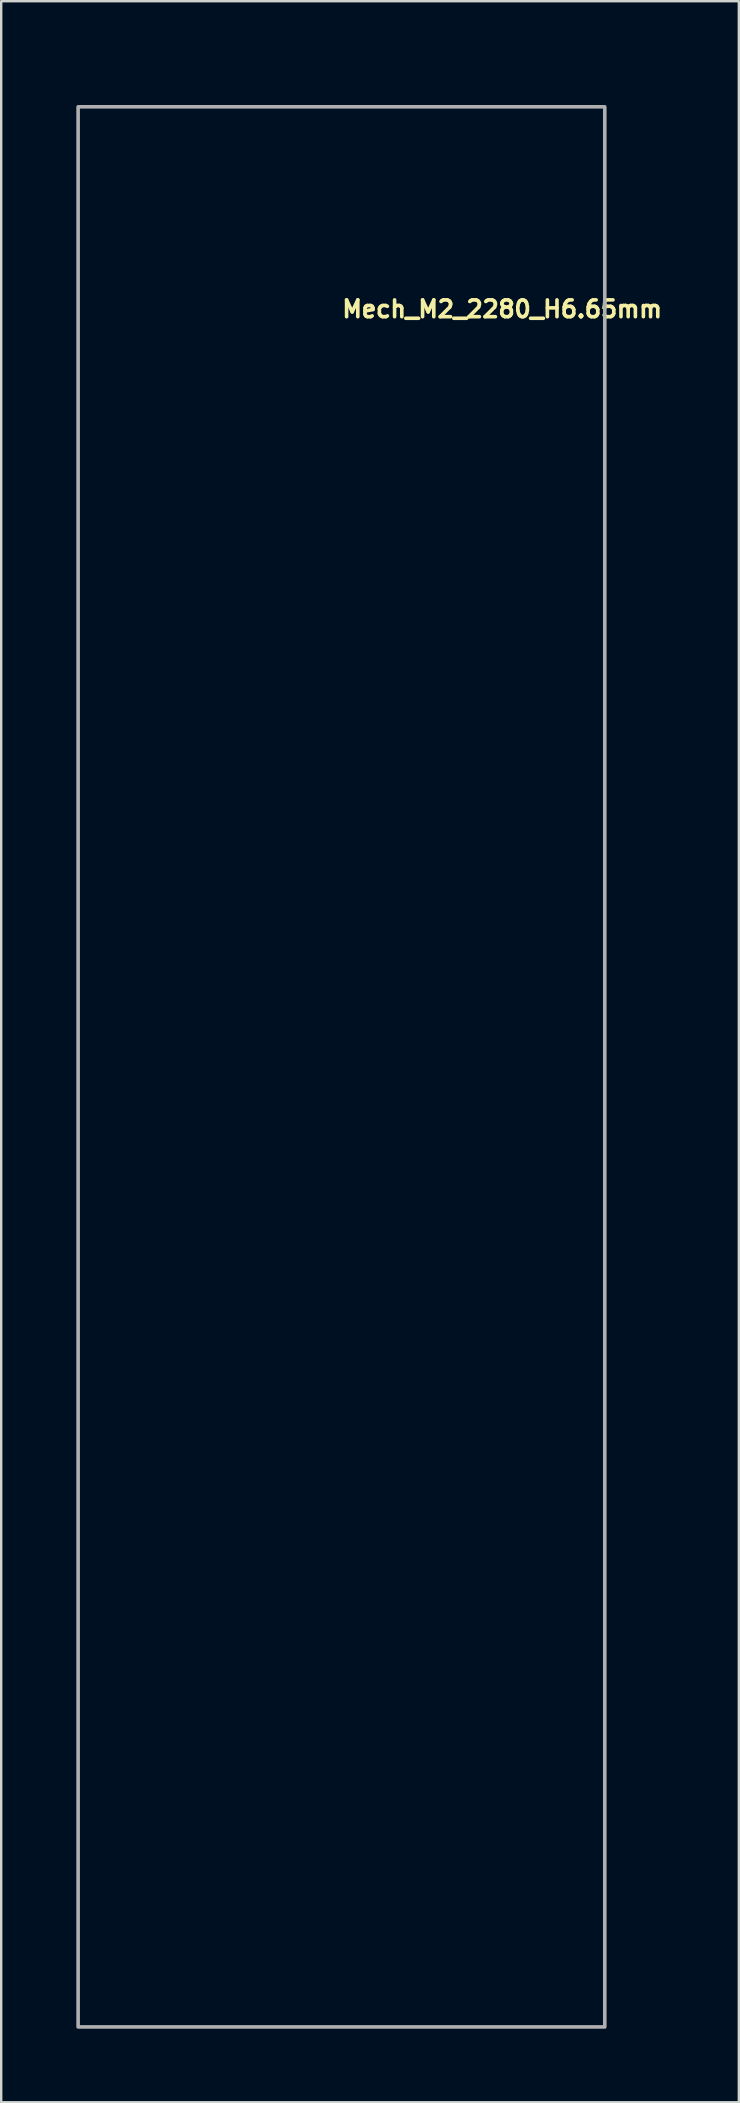
<source format=kicad_pcb>
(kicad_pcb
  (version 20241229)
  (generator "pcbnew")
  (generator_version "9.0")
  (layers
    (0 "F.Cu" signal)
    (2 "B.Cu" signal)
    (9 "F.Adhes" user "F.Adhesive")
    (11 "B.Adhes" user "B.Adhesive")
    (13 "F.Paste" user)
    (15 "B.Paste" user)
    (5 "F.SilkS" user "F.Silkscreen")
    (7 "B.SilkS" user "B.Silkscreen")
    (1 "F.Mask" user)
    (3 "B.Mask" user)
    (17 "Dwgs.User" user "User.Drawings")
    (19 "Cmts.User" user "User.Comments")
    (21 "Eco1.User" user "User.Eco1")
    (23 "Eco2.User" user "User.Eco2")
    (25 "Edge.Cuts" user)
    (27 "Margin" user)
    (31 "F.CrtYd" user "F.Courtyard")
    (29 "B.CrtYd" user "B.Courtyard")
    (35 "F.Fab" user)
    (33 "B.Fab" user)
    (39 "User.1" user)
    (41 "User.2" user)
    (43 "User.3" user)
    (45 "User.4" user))
  (footprint "Mech_M2_2280_H6.65mm"
    (layer "F.Cu")
    (at 11.127 1.35)
    (property "Reference" "Mech_M2_2280_H6.65mm" (at 0 8.89 180) (layer "F.SilkS") (effects (font (size 0.7 0.7) (thickness 0.15)) (justify left bottom)))
    (attr exclude_from_pos_files exclude_from_bom allow_missing_courtyard)
    (fp_line (start -11 0) (end -11 80.001) (stroke (width 0.2) (type solid)) (layer "Eco1.User"))
    (fp_line (start -11 80.001) (end 10.999 80.001) (stroke (width 0.2) (type solid)) (layer "Eco1.User"))
    (fp_line (start 10.999 0) (end -11 0) (stroke (width 0.2) (type solid)) (layer "Eco1.User"))
    (fp_line (start 10.999 80.001) (end 10.999 0) (stroke (width 0.2) (type solid)) (layer "Eco1.User"))
    (fp_circle (center 0 0) (end -1.25 0) (stroke (width 0.2) (type solid)) (fill no) (layer "Eco1.User"))
    (fp_rect (start -10.922 0.051) (end 11.024 80.061) (stroke (width 0.15) (type solid)) (fill no) (layer "F.Fab"))
    (fp_rect (start -11.077 0) (end 11.076 80.15) (stroke (width 0.1) (type solid)) (fill no) (layer "User.5"))
    (fp_rect (start -11.077 0) (end 11.076 80.15) (stroke (width 0.1) (type solid)) (fill no) (layer "User.5"))
    (fp_line (start -11.077 0) (end -11.077 6.296) (stroke (width 0.02) (type solid)) (layer "User.9"))
    (fp_line (start -11.077 6.296) (end -10.705 6.78) (stroke (width 0.02) (type solid)) (layer "User.9"))
    (fp_line (start -11.077 14.297) (end -11.077 67.087) (stroke (width 0.02) (type solid)) (layer "User.9"))
    (fp_line (start -11.077 74.41) (end -11.077 76.063) (stroke (width 0.02) (type solid)) (layer "User.9"))
    (fp_line (start -10.705 6.78) (end -10.705 13.781) (stroke (width 0.02) (type solid)) (layer "User.9"))
    (fp_line (start -10.705 13.781) (end -11.077 14.297) (stroke (width 0.02) (type solid)) (layer "User.9"))
    (fp_line (start -10.705 67.531) (end -11.077 67.087) (stroke (width 0.02) (type solid)) (layer "User.9"))
    (fp_line (start -10.705 67.531) (end -10.705 73.938) (stroke (width 0.02) (type solid)) (layer "User.9"))
    (fp_line (start -10.705 73.938) (end -11.077 74.41) (stroke (width 0.02) (type solid)) (layer "User.9"))
    (fp_line (start -10.276 29.629) (end -9.632 29.629) (stroke (width 0.02) (type solid)) (layer "User.9"))
    (fp_line (start -10.276 30.2) (end -10.276 29.629) (stroke (width 0.02) (type solid)) (layer "User.9"))
    (fp_line (start -10.269 76.078) (end -11.077 76.063) (stroke (width 0.02) (type solid)) (layer "User.9"))
    (fp_line (start -10.257 21.38) (end -9.789 21.38) (stroke (width 0.02) (type solid)) (layer "User.9"))
    (fp_line (start -10.257 21.931) (end -10.257 21.38) (stroke (width 0.02) (type solid)) (layer "User.9"))
    (fp_line (start -10.224 1.273) (end -10.212 1.173) (stroke (width 0.02) (type solid)) (layer "User.9"))
    (fp_line (start -10.224 1.274) (end -10.186 1.368) (stroke (width 0.02) (type solid)) (layer "User.9"))
    (fp_line (start -10.216 38.534) (end -10.216 38.963) (stroke (width 0.02) (type solid)) (layer "User.9"))
    (fp_line (start -10.216 38.963) (end -9.741 38.963) (stroke (width 0.02) (type solid)) (layer "User.9"))
    (fp_line (start -10.212 1.173) (end -10.186 1.112) (stroke (width 0.02) (type solid)) (layer "User.9"))
    (fp_line (start -10.212 23.658) (end -9.744 23.658) (stroke (width 0.02) (type solid)) (layer "User.9"))
    (fp_line (start -10.212 24.207) (end -10.212 23.658) (stroke (width 0.02) (type solid)) (layer "User.9"))
    (fp_line (start -10.186 1.112) (end -10.144 1.06) (stroke (width 0.02) (type solid)) (layer "User.9"))
    (fp_line (start -10.186 1.368) (end -10.144 1.423) (stroke (width 0.02) (type solid)) (layer "User.9"))
    (fp_line (start -10.183 36.656) (end -10.183 37.173) (stroke (width 0.02) (type solid)) (layer "User.9"))
    (fp_line (start -10.183 37.173) (end -9.792 37.173) (stroke (width 0.02) (type solid)) (layer "User.9"))
    (fp_line (start -10.148 76.129) (end -10.269 76.078) (stroke (width 0.02) (type solid)) (layer "User.9"))
    (fp_line (start -10.144 1.423) (end -10.091 1.463) (stroke (width 0.02) (type solid)) (layer "User.9"))
    (fp_line (start -10.093 74.435) (end -10.067 74.641) (stroke (width 0.02) (type solid)) (layer "User.9"))
    (fp_line (start -10.091 1.017) (end -10.144 1.06) (stroke (width 0.02) (type solid)) (layer "User.9"))
    (fp_line (start -10.091 1.463) (end -10.029 1.489) (stroke (width 0.02) (type solid)) (layer "User.9"))
    (fp_line (start -10.067 74.227) (end -10.093 74.435) (stroke (width 0.02) (type solid)) (layer "User.9"))
    (fp_line (start -10.067 74.227) (end -9.987 74.035) (stroke (width 0.02) (type solid)) (layer "User.9"))
    (fp_line (start -10.067 74.641) (end -9.987 74.834) (stroke (width 0.02) (type solid)) (layer "User.9"))
    (fp_line (start -10.045 76.209) (end -10.148 76.129) (stroke (width 0.02) (type solid)) (layer "User.9"))
    (fp_line (start -10.042 60.676) (end -10.042 60.015) (stroke (width 0.02) (type solid)) (layer "User.9"))
    (fp_line (start -10.042 60.676) (end -8.862 60.676) (stroke (width 0.02) (type solid)) (layer "User.9"))
    (fp_line (start -10.029 0.992) (end -10.091 1.017) (stroke (width 0.02) (type solid)) (layer "User.9"))
    (fp_line (start -10.013 34.887) (end -10.013 35.938) (stroke (width 0.02) (type solid)) (layer "User.9"))
    (fp_line (start -10.013 35.938) (end -9.317 35.938) (stroke (width 0.02) (type solid)) (layer "User.9"))
    (fp_line (start -9.987 74.035) (end -9.859 73.87) (stroke (width 0.02) (type solid)) (layer "User.9"))
    (fp_line (start -9.987 74.834) (end -9.859 75.001) (stroke (width 0.02) (type solid)) (layer "User.9"))
    (fp_line (start -9.971 67.682) (end -9.971 68.231) (stroke (width 0.02) (type solid)) (layer "User.9"))
    (fp_line (start -9.971 67.682) (end -9.503 67.682) (stroke (width 0.02) (type solid)) (layer "User.9"))
    (fp_line (start -9.965 76.313) (end -10.045 76.209) (stroke (width 0.02) (type solid)) (layer "User.9"))
    (fp_line (start -9.962 0.983) (end -10.029 0.992) (stroke (width 0.02) (type solid)) (layer "User.9"))
    (fp_line (start -9.962 0.983) (end -9.897 0.992) (stroke (width 0.02) (type solid)) (layer "User.9"))
    (fp_line (start -9.962 1.499) (end -10.029 1.489) (stroke (width 0.02) (type solid)) (layer "User.9"))
    (fp_line (start -9.952 9.967) (end -9.484 9.967) (stroke (width 0.02) (type solid)) (layer "User.9"))
    (fp_line (start -9.952 10.518) (end -9.952 9.967) (stroke (width 0.02) (type solid)) (layer "User.9"))
    (fp_line (start -9.915 76.433) (end -9.965 76.313) (stroke (width 0.02) (type solid)) (layer "User.9"))
    (fp_line (start -9.898 76.563) (end -9.915 76.433) (stroke (width 0.02) (type solid)) (layer "User.9"))
    (fp_line (start -9.898 76.563) (end -9.898 80.15) (stroke (width 0.02) (type solid)) (layer "User.9"))
    (fp_line (start -9.898 80.15) (end -6.829 80.15) (stroke (width 0.02) (type solid)) (layer "User.9"))
    (fp_line (start -9.897 0.992) (end -9.833 1.017) (stroke (width 0.02) (type solid)) (layer "User.9"))
    (fp_line (start -9.897 1.489) (end -9.962 1.499) (stroke (width 0.02) (type solid)) (layer "User.9"))
    (fp_line (start -9.897 1.489) (end -9.833 1.463) (stroke (width 0.02) (type solid)) (layer "User.9"))
    (fp_line (start -9.862 7.7) (end -9.394 7.7) (stroke (width 0.02) (type solid)) (layer "User.9"))
    (fp_line (start -9.862 8.249) (end -9.862 7.7) (stroke (width 0.02) (type solid)) (layer "User.9"))
    (fp_line (start -9.859 62.197) (end -9.859 61.728) (stroke (width 0.02) (type solid)) (layer "User.9"))
    (fp_line (start -9.859 73.87) (end -9.695 73.742) (stroke (width 0.02) (type solid)) (layer "User.9"))
    (fp_line (start -9.849 70.453) (end -9.849 72.23) (stroke (width 0.02) (type solid)) (layer "User.9"))
    (fp_line (start -9.849 70.453) (end -8.527 70.453) (stroke (width 0.02) (type solid)) (layer "User.9"))
    (fp_line (start -9.833 1.017) (end -9.779 1.06) (stroke (width 0.02) (type solid)) (layer "User.9"))
    (fp_line (start -9.792 36.656) (end -10.183 36.656) (stroke (width 0.02) (type solid)) (layer "User.9"))
    (fp_line (start -9.792 37.173) (end -9.792 36.656) (stroke (width 0.02) (type solid)) (layer "User.9"))
    (fp_line (start -9.789 21.931) (end -10.257 21.931) (stroke (width 0.02) (type solid)) (layer "User.9"))
    (fp_line (start -9.789 21.931) (end -9.789 21.38) (stroke (width 0.02) (type solid)) (layer "User.9"))
    (fp_line (start -9.779 1.423) (end -9.833 1.463) (stroke (width 0.02) (type solid)) (layer "User.9"))
    (fp_line (start -9.779 1.423) (end -9.74 1.368) (stroke (width 0.02) (type solid)) (layer "User.9"))
    (fp_line (start -9.744 24.207) (end -10.212 24.207) (stroke (width 0.02) (type solid)) (layer "User.9"))
    (fp_line (start -9.744 24.207) (end -9.744 23.658) (stroke (width 0.02) (type solid)) (layer "User.9"))
    (fp_line (start -9.741 38.534) (end -10.216 38.534) (stroke (width 0.02) (type solid)) (layer "User.9"))
    (fp_line (start -9.741 38.963) (end -9.741 38.534) (stroke (width 0.02) (type solid)) (layer "User.9"))
    (fp_line (start -9.74 1.112) (end -9.779 1.06) (stroke (width 0.02) (type solid)) (layer "User.9"))
    (fp_line (start -9.74 1.368) (end -9.715 1.308) (stroke (width 0.02) (type solid)) (layer "User.9"))
    (fp_line (start -9.715 1.173) (end -9.74 1.112) (stroke (width 0.02) (type solid)) (layer "User.9"))
    (fp_line (start -9.705 1.241) (end -9.715 1.173) (stroke (width 0.02) (type solid)) (layer "User.9"))
    (fp_line (start -9.705 1.241) (end -9.715 1.308) (stroke (width 0.02) (type solid)) (layer "User.9"))
    (fp_line (start -9.695 73.742) (end -9.5 73.662) (stroke (width 0.02) (type solid)) (layer "User.9"))
    (fp_line (start -9.695 75.126) (end -9.859 75.001) (stroke (width 0.02) (type solid)) (layer "User.9"))
    (fp_line (start -9.632 29.629) (end -9.632 30.2) (stroke (width 0.02) (type solid)) (layer "User.9"))
    (fp_line (start -9.632 30.2) (end -10.276 30.2) (stroke (width 0.02) (type solid)) (layer "User.9"))
    (fp_line (start -9.503 67.682) (end -9.503 68.231) (stroke (width 0.02) (type solid)) (layer "User.9"))
    (fp_line (start -9.503 68.231) (end -9.971 68.231) (stroke (width 0.02) (type solid)) (layer "User.9"))
    (fp_line (start -9.5 75.206) (end -9.695 75.126) (stroke (width 0.02) (type solid)) (layer "User.9"))
    (fp_line (start -9.484 10.518) (end -9.952 10.518) (stroke (width 0.02) (type solid)) (layer "User.9"))
    (fp_line (start -9.484 10.518) (end -9.484 9.967) (stroke (width 0.02) (type solid)) (layer "User.9"))
    (fp_line (start -9.463 40.706) (end 0.934 40.706) (stroke (width 0.02) (type solid)) (layer "User.9"))
    (fp_line (start -9.463 54.484) (end -9.463 40.706) (stroke (width 0.02) (type solid)) (layer "User.9"))
    (fp_line (start -9.394 8.249) (end -9.862 8.249) (stroke (width 0.02) (type solid)) (layer "User.9"))
    (fp_line (start -9.394 8.249) (end -9.394 7.7) (stroke (width 0.02) (type solid)) (layer "User.9"))
    (fp_line (start -9.33 37.005) (end -9.33 39.005) (stroke (width 0.02) (type solid)) (layer "User.9"))
    (fp_line (start -9.33 37.005) (end -6.629 37.005) (stroke (width 0.02) (type solid)) (layer "User.9"))
    (fp_line (start -9.33 39.005) (end -6.629 39.005) (stroke (width 0.02) (type solid)) (layer "User.9"))
    (fp_line (start -9.317 34.887) (end -10.013 34.887) (stroke (width 0.02) (type solid)) (layer "User.9"))
    (fp_line (start -9.317 35.938) (end -9.317 34.887) (stroke (width 0.02) (type solid)) (layer "User.9"))
    (fp_line (start -9.311 61.728) (end -9.859 61.728) (stroke (width 0.02) (type solid)) (layer "User.9"))
    (fp_line (start -9.311 62.197) (end -9.859 62.197) (stroke (width 0.02) (type solid)) (layer "User.9"))
    (fp_line (start -9.311 62.197) (end -9.311 61.728) (stroke (width 0.02) (type solid)) (layer "User.9"))
    (fp_line (start -9.295 73.635) (end -9.5 73.662) (stroke (width 0.02) (type solid)) (layer "User.9"))
    (fp_line (start -9.295 73.635) (end -9.087 73.662) (stroke (width 0.02) (type solid)) (layer "User.9"))
    (fp_line (start -9.295 75.233) (end -9.5 75.206) (stroke (width 0.02) (type solid)) (layer "User.9"))
    (fp_line (start -9.212 1.173) (end -9.221 1.241) (stroke (width 0.02) (type solid)) (layer "User.9"))
    (fp_line (start -9.212 1.308) (end -9.221 1.241) (stroke (width 0.02) (type solid)) (layer "User.9"))
    (fp_line (start -9.186 1.112) (end -9.212 1.173) (stroke (width 0.02) (type solid)) (layer "User.9"))
    (fp_line (start -9.186 1.112) (end -9.144 1.06) (stroke (width 0.02) (type solid)) (layer "User.9"))
    (fp_line (start -9.186 1.368) (end -9.212 1.308) (stroke (width 0.02) (type solid)) (layer "User.9"))
    (fp_line (start -9.144 1.06) (end -9.09 1.017) (stroke (width 0.02) (type solid)) (layer "User.9"))
    (fp_line (start -9.144 1.423) (end -9.186 1.368) (stroke (width 0.02) (type solid)) (layer "User.9"))
    (fp_line (start -9.1 4.184) (end 9.102 4.184) (stroke (width 0.02) (type solid)) (layer "User.9"))
    (fp_line (start -9.1 18.385) (end -9.1 4.184) (stroke (width 0.02) (type solid)) (layer "User.9"))
    (fp_line (start -9.1 19.585) (end 9.102 19.585) (stroke (width 0.02) (type solid)) (layer "User.9"))
    (fp_line (start -9.1 33.783) (end -9.1 19.585) (stroke (width 0.02) (type solid)) (layer "User.9"))
    (fp_line (start -9.09 1.017) (end -9.029 0.992) (stroke (width 0.02) (type solid)) (layer "User.9"))
    (fp_line (start -9.09 1.463) (end -9.144 1.423) (stroke (width 0.02) (type solid)) (layer "User.9"))
    (fp_line (start -9.088 73.662) (end -8.894 73.742) (stroke (width 0.02) (type solid)) (layer "User.9"))
    (fp_line (start -9.087 75.206) (end -9.295 75.233) (stroke (width 0.02) (type solid)) (layer "User.9"))
    (fp_line (start -9.029 1.489) (end -9.09 1.463) (stroke (width 0.02) (type solid)) (layer "User.9"))
    (fp_line (start -8.962 0.983) (end -9.029 0.992) (stroke (width 0.02) (type solid)) (layer "User.9"))
    (fp_line (start -8.962 0.983) (end -8.897 0.992) (stroke (width 0.02) (type solid)) (layer "User.9"))
    (fp_line (start -8.962 1.499) (end -9.029 1.489) (stroke (width 0.02) (type solid)) (layer "User.9"))
    (fp_line (start -8.897 1.489) (end -8.962 1.499) (stroke (width 0.02) (type solid)) (layer "User.9"))
    (fp_line (start -8.894 73.742) (end -8.729 73.87) (stroke (width 0.02) (type solid)) (layer "User.9"))
    (fp_line (start -8.894 75.126) (end -9.087 75.206) (stroke (width 0.02) (type solid)) (layer "User.9"))
    (fp_line (start -8.862 60.015) (end -10.042 60.015) (stroke (width 0.02) (type solid)) (layer "User.9"))
    (fp_line (start -8.862 60.015) (end -8.862 60.676) (stroke (width 0.02) (type solid)) (layer "User.9"))
    (fp_line (start -8.834 1.017) (end -8.897 0.992) (stroke (width 0.02) (type solid)) (layer "User.9"))
    (fp_line (start -8.834 1.463) (end -8.897 1.489) (stroke (width 0.02) (type solid)) (layer "User.9"))
    (fp_line (start -8.779 1.06) (end -8.834 1.017) (stroke (width 0.02) (type solid)) (layer "User.9"))
    (fp_line (start -8.779 1.06) (end -8.74 1.112) (stroke (width 0.02) (type solid)) (layer "User.9"))
    (fp_line (start -8.779 1.423) (end -8.834 1.463) (stroke (width 0.02) (type solid)) (layer "User.9"))
    (fp_line (start -8.74 1.112) (end -8.715 1.173) (stroke (width 0.02) (type solid)) (layer "User.9"))
    (fp_line (start -8.74 1.368) (end -8.779 1.423) (stroke (width 0.02) (type solid)) (layer "User.9"))
    (fp_line (start -8.74 1.368) (end -8.715 1.308) (stroke (width 0.02) (type solid)) (layer "User.9"))
    (fp_line (start -8.729 73.87) (end -8.603 74.035) (stroke (width 0.02) (type solid)) (layer "User.9"))
    (fp_line (start -8.729 75.001) (end -8.894 75.126) (stroke (width 0.02) (type solid)) (layer "User.9"))
    (fp_line (start -8.729 75.001) (end -8.603 74.834) (stroke (width 0.02) (type solid)) (layer "User.9"))
    (fp_line (start -8.715 1.173) (end -8.705 1.241) (stroke (width 0.02) (type solid)) (layer "User.9"))
    (fp_line (start -8.705 1.241) (end -8.715 1.308) (stroke (width 0.02) (type solid)) (layer "User.9"))
    (fp_line (start -8.702 65.167) (end -8.702 64.7) (stroke (width 0.02) (type solid)) (layer "User.9"))
    (fp_line (start -8.603 74.035) (end -8.523 74.227) (stroke (width 0.02) (type solid)) (layer "User.9"))
    (fp_line (start -8.527 72.23) (end -9.849 72.23) (stroke (width 0.02) (type solid)) (layer "User.9"))
    (fp_line (start -8.527 72.23) (end -8.527 70.453) (stroke (width 0.02) (type solid)) (layer "User.9"))
    (fp_line (start -8.523 74.227) (end -8.494 74.435) (stroke (width 0.02) (type solid)) (layer "User.9"))
    (fp_line (start -8.523 74.641) (end -8.603 74.834) (stroke (width 0.02) (type solid)) (layer "User.9"))
    (fp_line (start -8.494 74.435) (end -8.523 74.641) (stroke (width 0.02) (type solid)) (layer "User.9"))
    (fp_line (start -8.266 35.228) (end -8.266 35.616) (stroke (width 0.02) (type solid)) (layer "User.9"))
    (fp_line (start -8.266 35.616) (end -7.749 35.616) (stroke (width 0.02) (type solid)) (layer "User.9"))
    (fp_line (start -8.221 1.241) (end -8.212 1.173) (stroke (width 0.02) (type solid)) (layer "User.9"))
    (fp_line (start -8.221 2.341) (end -8.212 2.407) (stroke (width 0.02) (type solid)) (layer "User.9"))
    (fp_line (start -8.212 1.308) (end -8.221 1.241) (stroke (width 0.02) (type solid)) (layer "User.9"))
    (fp_line (start -8.212 2.273) (end -8.221 2.341) (stroke (width 0.02) (type solid)) (layer "User.9"))
    (fp_line (start -8.212 2.407) (end -8.186 2.468) (stroke (width 0.02) (type solid)) (layer "User.9"))
    (fp_line (start -8.186 1.112) (end -8.212 1.173) (stroke (width 0.02) (type solid)) (layer "User.9"))
    (fp_line (start -8.186 1.112) (end -8.144 1.06) (stroke (width 0.02) (type solid)) (layer "User.9"))
    (fp_line (start -8.186 1.368) (end -8.212 1.308) (stroke (width 0.02) (type solid)) (layer "User.9"))
    (fp_line (start -8.186 2.213) (end -8.212 2.273) (stroke (width 0.02) (type solid)) (layer "User.9"))
    (fp_line (start -8.186 2.213) (end -8.144 2.158) (stroke (width 0.02) (type solid)) (layer "User.9"))
    (fp_line (start -8.186 2.468) (end -8.144 2.523) (stroke (width 0.02) (type solid)) (layer "User.9"))
    (fp_line (start -8.151 64.7) (end -8.702 64.7) (stroke (width 0.02) (type solid)) (layer "User.9"))
    (fp_line (start -8.151 64.7) (end -8.151 65.167) (stroke (width 0.02) (type solid)) (layer "User.9"))
    (fp_line (start -8.151 65.167) (end -8.702 65.167) (stroke (width 0.02) (type solid)) (layer "User.9"))
    (fp_line (start -8.144 1.06) (end -8.09 1.017) (stroke (width 0.02) (type solid)) (layer "User.9"))
    (fp_line (start -8.144 1.423) (end -8.186 1.368) (stroke (width 0.02) (type solid)) (layer "User.9"))
    (fp_line (start -8.144 2.158) (end -8.09 2.119) (stroke (width 0.02) (type solid)) (layer "User.9"))
    (fp_line (start -8.09 1.017) (end -8.029 0.992) (stroke (width 0.02) (type solid)) (layer "User.9"))
    (fp_line (start -8.09 1.463) (end -8.144 1.423) (stroke (width 0.02) (type solid)) (layer "User.9"))
    (fp_line (start -8.09 2.119) (end -8.029 2.092) (stroke (width 0.02) (type solid)) (layer "User.9"))
    (fp_line (start -8.09 2.564) (end -8.144 2.523) (stroke (width 0.02) (type solid)) (layer "User.9"))
    (fp_line (start -8.029 0.992) (end -7.962 0.983) (stroke (width 0.02) (type solid)) (layer "User.9"))
    (fp_line (start -8.029 1.489) (end -8.09 1.463) (stroke (width 0.02) (type solid)) (layer "User.9"))
    (fp_line (start -8.029 2.092) (end -7.962 2.084) (stroke (width 0.02) (type solid)) (layer "User.9"))
    (fp_line (start -8.029 2.588) (end -8.09 2.564) (stroke (width 0.02) (type solid)) (layer "User.9"))
    (fp_line (start -7.962 0.983) (end -7.895 0.992) (stroke (width 0.02) (type solid)) (layer "User.9"))
    (fp_line (start -7.962 1.499) (end -8.029 1.489) (stroke (width 0.02) (type solid)) (layer "User.9"))
    (fp_line (start -7.962 2.084) (end -7.895 2.092) (stroke (width 0.02) (type solid)) (layer "User.9"))
    (fp_line (start -7.962 2.597) (end -8.029 2.588) (stroke (width 0.02) (type solid)) (layer "User.9"))
    (fp_line (start -7.895 1.489) (end -7.962 1.499) (stroke (width 0.02) (type solid)) (layer "User.9"))
    (fp_line (start -7.895 2.092) (end -7.834 2.119) (stroke (width 0.02) (type solid)) (layer "User.9"))
    (fp_line (start -7.895 2.588) (end -7.962 2.597) (stroke (width 0.02) (type solid)) (layer "User.9"))
    (fp_line (start -7.834 1.017) (end -7.895 0.992) (stroke (width 0.02) (type solid)) (layer "User.9"))
    (fp_line (start -7.834 1.463) (end -7.895 1.489) (stroke (width 0.02) (type solid)) (layer "User.9"))
    (fp_line (start -7.834 2.564) (end -7.895 2.588) (stroke (width 0.02) (type solid)) (layer "User.9"))
    (fp_line (start -7.781 1.06) (end -7.834 1.017) (stroke (width 0.02) (type solid)) (layer "User.9"))
    (fp_line (start -7.781 1.423) (end -7.834 1.463) (stroke (width 0.02) (type solid)) (layer "User.9"))
    (fp_line (start -7.781 2.158) (end -7.834 2.119) (stroke (width 0.02) (type solid)) (layer "User.9"))
    (fp_line (start -7.781 2.158) (end -7.739 2.213) (stroke (width 0.02) (type solid)) (layer "User.9"))
    (fp_line (start -7.781 2.523) (end -7.834 2.564) (stroke (width 0.02) (type solid)) (layer "User.9"))
    (fp_line (start -7.749 35.228) (end -8.266 35.228) (stroke (width 0.02) (type solid)) (layer "User.9"))
    (fp_line (start -7.749 35.616) (end -7.749 35.228) (stroke (width 0.02) (type solid)) (layer "User.9"))
    (fp_line (start -7.739 1.112) (end -7.781 1.06) (stroke (width 0.02) (type solid)) (layer "User.9"))
    (fp_line (start -7.739 1.112) (end -7.715 1.173) (stroke (width 0.02) (type solid)) (layer "User.9"))
    (fp_line (start -7.739 1.368) (end -7.781 1.423) (stroke (width 0.02) (type solid)) (layer "User.9"))
    (fp_line (start -7.739 2.213) (end -7.715 2.273) (stroke (width 0.02) (type solid)) (layer "User.9"))
    (fp_line (start -7.739 2.468) (end -7.781 2.523) (stroke (width 0.02) (type solid)) (layer "User.9"))
    (fp_line (start -7.739 2.468) (end -7.715 2.407) (stroke (width 0.02) (type solid)) (layer "User.9"))
    (fp_line (start -7.715 1.173) (end -7.704 1.241) (stroke (width 0.02) (type solid)) (layer "User.9"))
    (fp_line (start -7.715 1.308) (end -7.739 1.368) (stroke (width 0.02) (type solid)) (layer "User.9"))
    (fp_line (start -7.715 2.273) (end -7.704 2.341) (stroke (width 0.02) (type solid)) (layer "User.9"))
    (fp_line (start -7.704 1.241) (end -7.715 1.308) (stroke (width 0.02) (type solid)) (layer "User.9"))
    (fp_line (start -7.704 2.341) (end -7.715 2.407) (stroke (width 0.02) (type solid)) (layer "User.9"))
    (fp_line (start -7.22 2.341) (end -7.212 2.273) (stroke (width 0.02) (type solid)) (layer "User.9"))
    (fp_line (start -7.212 1.173) (end -7.22 1.241) (stroke (width 0.02) (type solid)) (layer "User.9"))
    (fp_line (start -7.212 1.308) (end -7.22 1.241) (stroke (width 0.02) (type solid)) (layer "User.9"))
    (fp_line (start -7.212 2.407) (end -7.22 2.341) (stroke (width 0.02) (type solid)) (layer "User.9"))
    (fp_line (start -7.185 1.112) (end -7.212 1.173) (stroke (width 0.02) (type solid)) (layer "User.9"))
    (fp_line (start -7.185 1.112) (end -7.145 1.06) (stroke (width 0.02) (type solid)) (layer "User.9"))
    (fp_line (start -7.185 1.368) (end -7.212 1.308) (stroke (width 0.02) (type solid)) (layer "User.9"))
    (fp_line (start -7.185 2.213) (end -7.212 2.273) (stroke (width 0.02) (type solid)) (layer "User.9"))
    (fp_line (start -7.185 2.468) (end -7.212 2.407) (stroke (width 0.02) (type solid)) (layer "User.9"))
    (fp_line (start -7.175 56.67) (end -7.175 72.42) (stroke (width 0.02) (type solid)) (layer "User.9"))
    (fp_line (start -7.175 56.67) (end 8.724 56.67) (stroke (width 0.02) (type solid)) (layer "User.9"))
    (fp_line (start -7.175 72.42) (end 8.102 72.42) (stroke (width 0.02) (type solid)) (layer "User.9"))
    (fp_line (start -7.145 1.06) (end -7.092 1.017) (stroke (width 0.02) (type solid)) (layer "User.9"))
    (fp_line (start -7.145 1.423) (end -7.185 1.368) (stroke (width 0.02) (type solid)) (layer "User.9"))
    (fp_line (start -7.145 2.158) (end -7.185 2.213) (stroke (width 0.02) (type solid)) (layer "User.9"))
    (fp_line (start -7.145 2.523) (end -7.185 2.468) (stroke (width 0.02) (type solid)) (layer "User.9"))
    (fp_line (start -7.092 1.017) (end -7.028 0.992) (stroke (width 0.02) (type solid)) (layer "User.9"))
    (fp_line (start -7.092 1.463) (end -7.145 1.423) (stroke (width 0.02) (type solid)) (layer "User.9"))
    (fp_line (start -7.092 2.119) (end -7.145 2.158) (stroke (width 0.02) (type solid)) (layer "User.9"))
    (fp_line (start -7.092 2.119) (end -7.028 2.092) (stroke (width 0.02) (type solid)) (layer "User.9"))
    (fp_line (start -7.092 2.564) (end -7.145 2.523) (stroke (width 0.02) (type solid)) (layer "User.9"))
    (fp_line (start -7.028 0.992) (end -6.962 0.983) (stroke (width 0.02) (type solid)) (layer "User.9"))
    (fp_line (start -7.028 1.489) (end -7.092 1.463) (stroke (width 0.02) (type solid)) (layer "User.9"))
    (fp_line (start -7.028 2.092) (end -6.962 2.084) (stroke (width 0.02) (type solid)) (layer "User.9"))
    (fp_line (start -7.028 2.588) (end -7.092 2.564) (stroke (width 0.02) (type solid)) (layer "User.9"))
    (fp_line (start -6.962 0.983) (end -6.895 0.992) (stroke (width 0.02) (type solid)) (layer "User.9"))
    (fp_line (start -6.962 1.499) (end -7.028 1.489) (stroke (width 0.02) (type solid)) (layer "User.9"))
    (fp_line (start -6.962 2.084) (end -6.895 2.092) (stroke (width 0.02) (type solid)) (layer "User.9"))
    (fp_line (start -6.962 2.597) (end -7.028 2.588) (stroke (width 0.02) (type solid)) (layer "User.9"))
    (fp_line (start -6.895 0.992) (end -6.834 1.017) (stroke (width 0.02) (type solid)) (layer "User.9"))
    (fp_line (start -6.895 1.489) (end -6.962 1.499) (stroke (width 0.02) (type solid)) (layer "User.9"))
    (fp_line (start -6.895 2.092) (end -6.834 2.119) (stroke (width 0.02) (type solid)) (layer "User.9"))
    (fp_line (start -6.895 2.588) (end -6.962 2.597) (stroke (width 0.02) (type solid)) (layer "User.9"))
    (fp_line (start -6.834 1.463) (end -6.895 1.489) (stroke (width 0.02) (type solid)) (layer "User.9"))
    (fp_line (start -6.834 2.564) (end -6.895 2.588) (stroke (width 0.02) (type solid)) (layer "User.9"))
    (fp_line (start -6.829 80.15) (end -6.805 77.087) (stroke (width 0.02) (type solid)) (layer "User.9"))
    (fp_line (start -6.781 1.06) (end -6.834 1.017) (stroke (width 0.02) (type solid)) (layer "User.9"))
    (fp_line (start -6.781 1.423) (end -6.834 1.463) (stroke (width 0.02) (type solid)) (layer "User.9"))
    (fp_line (start -6.781 1.423) (end -6.739 1.368) (stroke (width 0.02) (type solid)) (layer "User.9"))
    (fp_line (start -6.781 2.158) (end -6.834 2.119) (stroke (width 0.02) (type solid)) (layer "User.9"))
    (fp_line (start -6.781 2.523) (end -6.834 2.564) (stroke (width 0.02) (type solid)) (layer "User.9"))
    (fp_line (start -6.739 1.112) (end -6.781 1.06) (stroke (width 0.02) (type solid)) (layer "User.9"))
    (fp_line (start -6.739 1.112) (end -6.715 1.173) (stroke (width 0.02) (type solid)) (layer "User.9"))
    (fp_line (start -6.739 1.368) (end -6.715 1.308) (stroke (width 0.02) (type solid)) (layer "User.9"))
    (fp_line (start -6.739 2.213) (end -6.781 2.158) (stroke (width 0.02) (type solid)) (layer "User.9"))
    (fp_line (start -6.739 2.213) (end -6.715 2.273) (stroke (width 0.02) (type solid)) (layer "User.9"))
    (fp_line (start -6.739 2.468) (end -6.781 2.523) (stroke (width 0.02) (type solid)) (layer "User.9"))
    (fp_line (start -6.736 76.918) (end -6.805 77.087) (stroke (width 0.02) (type solid)) (layer "User.9"))
    (fp_line (start -6.715 1.173) (end -6.704 1.241) (stroke (width 0.02) (type solid)) (layer "User.9"))
    (fp_line (start -6.715 2.273) (end -6.704 2.341) (stroke (width 0.02) (type solid)) (layer "User.9"))
    (fp_line (start -6.715 2.407) (end -6.739 2.468) (stroke (width 0.02) (type solid)) (layer "User.9"))
    (fp_line (start -6.704 1.241) (end -6.715 1.308) (stroke (width 0.02) (type solid)) (layer "User.9"))
    (fp_line (start -6.704 2.341) (end -6.715 2.407) (stroke (width 0.02) (type solid)) (layer "User.9"))
    (fp_line (start -6.629 39.005) (end -6.629 37.005) (stroke (width 0.02) (type solid)) (layer "User.9"))
    (fp_line (start -6.624 76.772) (end -6.736 76.918) (stroke (width 0.02) (type solid)) (layer "User.9"))
    (fp_line (start -6.576 75.843) (end -6.576 75.376) (stroke (width 0.02) (type solid)) (layer "User.9"))
    (fp_line (start -6.563 16.3) (end 8.137 16.3) (stroke (width 0.02) (type solid)) (layer "User.9"))
    (fp_line (start -6.563 71.981) (end -6.563 16.3) (stroke (width 0.02) (type solid)) (layer "User.9"))
    (fp_line (start -6.478 76.662) (end -6.624 76.772) (stroke (width 0.02) (type solid)) (layer "User.9"))
    (fp_line (start -6.31 76.593) (end -6.478 76.662) (stroke (width 0.02) (type solid)) (layer "User.9"))
    (fp_line (start -6.31 76.593) (end -6.129 76.569) (stroke (width 0.02) (type solid)) (layer "User.9"))
    (fp_line (start -6.212 1.173) (end -6.22 1.241) (stroke (width 0.02) (type solid)) (layer "User.9"))
    (fp_line (start -6.212 1.308) (end -6.22 1.241) (stroke (width 0.02) (type solid)) (layer "User.9"))
    (fp_line (start -6.212 2.273) (end -6.22 2.341) (stroke (width 0.02) (type solid)) (layer "User.9"))
    (fp_line (start -6.212 2.407) (end -6.22 2.341) (stroke (width 0.02) (type solid)) (layer "User.9"))
    (fp_line (start -6.185 1.112) (end -6.212 1.173) (stroke (width 0.02) (type solid)) (layer "User.9"))
    (fp_line (start -6.185 1.112) (end -6.145 1.06) (stroke (width 0.02) (type solid)) (layer "User.9"))
    (fp_line (start -6.185 1.368) (end -6.212 1.308) (stroke (width 0.02) (type solid)) (layer "User.9"))
    (fp_line (start -6.185 2.213) (end -6.212 2.273) (stroke (width 0.02) (type solid)) (layer "User.9"))
    (fp_line (start -6.185 2.213) (end -6.145 2.158) (stroke (width 0.02) (type solid)) (layer "User.9"))
    (fp_line (start -6.185 2.468) (end -6.212 2.407) (stroke (width 0.02) (type solid)) (layer "User.9"))
    (fp_line (start -6.145 1.06) (end -6.092 1.017) (stroke (width 0.02) (type solid)) (layer "User.9"))
    (fp_line (start -6.145 1.423) (end -6.185 1.368) (stroke (width 0.02) (type solid)) (layer "User.9"))
    (fp_line (start -6.145 2.158) (end -6.092 2.119) (stroke (width 0.02) (type solid)) (layer "User.9"))
    (fp_line (start -6.145 2.523) (end -6.185 2.468) (stroke (width 0.02) (type solid)) (layer "User.9"))
    (fp_line (start -6.092 1.017) (end -6.028 0.992) (stroke (width 0.02) (type solid)) (layer "User.9"))
    (fp_line (start -6.092 1.463) (end -6.145 1.423) (stroke (width 0.02) (type solid)) (layer "User.9"))
    (fp_line (start -6.092 2.119) (end -6.028 2.092) (stroke (width 0.02) (type solid)) (layer "User.9"))
    (fp_line (start -6.092 2.564) (end -6.145 2.523) (stroke (width 0.02) (type solid)) (layer "User.9"))
    (fp_line (start -6.066 73.98) (end -6.066 74.529) (stroke (width 0.02) (type solid)) (layer "User.9"))
    (fp_line (start -6.066 73.98) (end -5.598 73.98) (stroke (width 0.02) (type solid)) (layer "User.9"))
    (fp_line (start -6.028 0.992) (end -5.962 0.983) (stroke (width 0.02) (type solid)) (layer "User.9"))
    (fp_line (start -6.028 1.489) (end -6.092 1.463) (stroke (width 0.02) (type solid)) (layer "User.9"))
    (fp_line (start -6.028 2.092) (end -5.962 2.084) (stroke (width 0.02) (type solid)) (layer "User.9"))
    (fp_line (start -6.028 2.588) (end -6.092 2.564) (stroke (width 0.02) (type solid)) (layer "User.9"))
    (fp_line (start -6.026 75.376) (end -6.576 75.376) (stroke (width 0.02) (type solid)) (layer "User.9"))
    (fp_line (start -6.026 75.843) (end -6.576 75.843) (stroke (width 0.02) (type solid)) (layer "User.9"))
    (fp_line (start -6.026 75.843) (end -6.026 75.376) (stroke (width 0.02) (type solid)) (layer "User.9"))
    (fp_line (start -5.962 0.983) (end -5.895 0.992) (stroke (width 0.02) (type solid)) (layer "User.9"))
    (fp_line (start -5.962 1.499) (end -6.028 1.489) (stroke (width 0.02) (type solid)) (layer "User.9"))
    (fp_line (start -5.962 2.084) (end -5.895 2.092) (stroke (width 0.02) (type solid)) (layer "User.9"))
    (fp_line (start -5.962 2.597) (end -6.028 2.588) (stroke (width 0.02) (type solid)) (layer "User.9"))
    (fp_line (start -5.951 76.593) (end -6.129 76.569) (stroke (width 0.02) (type solid)) (layer "User.9"))
    (fp_line (start -5.895 1.489) (end -5.962 1.499) (stroke (width 0.02) (type solid)) (layer "User.9"))
    (fp_line (start -5.895 2.588) (end -5.962 2.597) (stroke (width 0.02) (type solid)) (layer "User.9"))
    (fp_line (start -5.834 1.017) (end -5.895 0.992) (stroke (width 0.02) (type solid)) (layer "User.9"))
    (fp_line (start -5.834 1.463) (end -5.895 1.489) (stroke (width 0.02) (type solid)) (layer "User.9"))
    (fp_line (start -5.834 2.119) (end -5.895 2.092) (stroke (width 0.02) (type solid)) (layer "User.9"))
    (fp_line (start -5.834 2.119) (end -5.781 2.158) (stroke (width 0.02) (type solid)) (layer "User.9"))
    (fp_line (start -5.834 2.564) (end -5.895 2.588) (stroke (width 0.02) (type solid)) (layer "User.9"))
    (fp_line (start -5.834 2.564) (end -5.781 2.523) (stroke (width 0.02) (type solid)) (layer "User.9"))
    (fp_line (start -5.781 1.06) (end -5.834 1.017) (stroke (width 0.02) (type solid)) (layer "User.9"))
    (fp_line (start -5.781 1.423) (end -5.834 1.463) (stroke (width 0.02) (type solid)) (layer "User.9"))
    (fp_line (start -5.781 1.423) (end -5.739 1.368) (stroke (width 0.02) (type solid)) (layer "User.9"))
    (fp_line (start -5.781 2.158) (end -5.739 2.213) (stroke (width 0.02) (type solid)) (layer "User.9"))
    (fp_line (start -5.781 2.523) (end -5.739 2.468) (stroke (width 0.02) (type solid)) (layer "User.9"))
    (fp_line (start -5.778 76.662) (end -5.951 76.59) (stroke (width 0.02) (type solid)) (layer "User.9"))
    (fp_line (start -5.778 76.662) (end -5.635 76.772) (stroke (width 0.02) (type solid)) (layer "User.9"))
    (fp_line (start -5.739 1.112) (end -5.781 1.06) (stroke (width 0.02) (type solid)) (layer "User.9"))
    (fp_line (start -5.739 1.112) (end -5.715 1.173) (stroke (width 0.02) (type solid)) (layer "User.9"))
    (fp_line (start -5.739 1.368) (end -5.715 1.308) (stroke (width 0.02) (type solid)) (layer "User.9"))
    (fp_line (start -5.739 2.213) (end -5.715 2.273) (stroke (width 0.02) (type solid)) (layer "User.9"))
    (fp_line (start -5.739 2.468) (end -5.715 2.407) (stroke (width 0.02) (type solid)) (layer "User.9"))
    (fp_line (start -5.715 1.173) (end -5.704 1.241) (stroke (width 0.02) (type solid)) (layer "User.9"))
    (fp_line (start -5.704 1.241) (end -5.715 1.308) (stroke (width 0.02) (type solid)) (layer "User.9"))
    (fp_line (start -5.704 2.341) (end -5.715 2.273) (stroke (width 0.02) (type solid)) (layer "User.9"))
    (fp_line (start -5.704 2.341) (end -5.715 2.407) (stroke (width 0.02) (type solid)) (layer "User.9"))
    (fp_line (start -5.635 76.772) (end -5.523 76.918) (stroke (width 0.02) (type solid)) (layer "User.9"))
    (fp_line (start -5.598 73.98) (end -5.598 74.529) (stroke (width 0.02) (type solid)) (layer "User.9"))
    (fp_line (start -5.598 74.529) (end -6.066 74.529) (stroke (width 0.02) (type solid)) (layer "User.9"))
    (fp_line (start -5.523 76.918) (end -5.454 77.087) (stroke (width 0.02) (type solid)) (layer "User.9"))
    (fp_line (start -5.454 77.087) (end -5.43 77.267) (stroke (width 0.02) (type solid)) (layer "User.9"))
    (fp_line (start -5.43 77.267) (end -5.43 80.15) (stroke (width 0.02) (type solid)) (layer "User.9"))
    (fp_line (start -5.43 80.15) (end 9.897 80.15) (stroke (width 0.02) (type solid)) (layer "User.9"))
    (fp_line (start -5.22 1.241) (end -5.212 1.173) (stroke (width 0.02) (type solid)) (layer "User.9"))
    (fp_line (start -5.22 2.341) (end -5.212 2.273) (stroke (width 0.02) (type solid)) (layer "User.9"))
    (fp_line (start -5.212 1.308) (end -5.22 1.241) (stroke (width 0.02) (type solid)) (layer "User.9"))
    (fp_line (start -5.212 2.273) (end -5.185 2.213) (stroke (width 0.02) (type solid)) (layer "User.9"))
    (fp_line (start -5.212 2.407) (end -5.22 2.341) (stroke (width 0.02) (type solid)) (layer "User.9"))
    (fp_line (start -5.185 1.112) (end -5.212 1.173) (stroke (width 0.02) (type solid)) (layer "User.9"))
    (fp_line (start -5.185 1.112) (end -5.145 1.06) (stroke (width 0.02) (type solid)) (layer "User.9"))
    (fp_line (start -5.185 1.368) (end -5.212 1.308) (stroke (width 0.02) (type solid)) (layer "User.9"))
    (fp_line (start -5.185 2.213) (end -5.145 2.158) (stroke (width 0.02) (type solid)) (layer "User.9"))
    (fp_line (start -5.185 2.468) (end -5.212 2.407) (stroke (width 0.02) (type solid)) (layer "User.9"))
    (fp_line (start -5.145 1.06) (end -5.092 1.017) (stroke (width 0.02) (type solid)) (layer "User.9"))
    (fp_line (start -5.145 1.423) (end -5.185 1.368) (stroke (width 0.02) (type solid)) (layer "User.9"))
    (fp_line (start -5.145 2.158) (end -5.092 2.119) (stroke (width 0.02) (type solid)) (layer "User.9"))
    (fp_line (start -5.145 2.523) (end -5.185 2.468) (stroke (width 0.02) (type solid)) (layer "User.9"))
    (fp_line (start -5.092 1.017) (end -5.028 0.992) (stroke (width 0.02) (type solid)) (layer "User.9"))
    (fp_line (start -5.092 1.463) (end -5.145 1.423) (stroke (width 0.02) (type solid)) (layer "User.9"))
    (fp_line (start -5.092 2.119) (end -5.028 2.092) (stroke (width 0.02) (type solid)) (layer "User.9"))
    (fp_line (start -5.092 2.564) (end -5.145 2.523) (stroke (width 0.02) (type solid)) (layer "User.9"))
    (fp_line (start -5.028 0.992) (end -4.962 0.983) (stroke (width 0.02) (type solid)) (layer "User.9"))
    (fp_line (start -5.028 1.489) (end -5.092 1.463) (stroke (width 0.02) (type solid)) (layer "User.9"))
    (fp_line (start -5.028 2.092) (end -4.962 2.084) (stroke (width 0.02) (type solid)) (layer "User.9"))
    (fp_line (start -5.028 2.588) (end -5.092 2.564) (stroke (width 0.02) (type solid)) (layer "User.9"))
    (fp_line (start -4.962 0.983) (end -4.895 0.992) (stroke (width 0.02) (type solid)) (layer "User.9"))
    (fp_line (start -4.962 1.499) (end -5.028 1.489) (stroke (width 0.02) (type solid)) (layer "User.9"))
    (fp_line (start -4.962 2.084) (end -4.895 2.092) (stroke (width 0.02) (type solid)) (layer "User.9"))
    (fp_line (start -4.962 2.597) (end -5.028 2.588) (stroke (width 0.02) (type solid)) (layer "User.9"))
    (fp_line (start -4.895 1.489) (end -4.962 1.499) (stroke (width 0.02) (type solid)) (layer "User.9"))
    (fp_line (start -4.895 2.092) (end -4.834 2.119) (stroke (width 0.02) (type solid)) (layer "User.9"))
    (fp_line (start -4.895 2.588) (end -4.962 2.597) (stroke (width 0.02) (type solid)) (layer "User.9"))
    (fp_line (start -4.834 1.017) (end -4.895 0.992) (stroke (width 0.02) (type solid)) (layer "User.9"))
    (fp_line (start -4.834 1.463) (end -4.895 1.489) (stroke (width 0.02) (type solid)) (layer "User.9"))
    (fp_line (start -4.834 2.119) (end -4.781 2.158) (stroke (width 0.02) (type solid)) (layer "User.9"))
    (fp_line (start -4.834 2.564) (end -4.895 2.588) (stroke (width 0.02) (type solid)) (layer "User.9"))
    (fp_line (start -4.781 1.06) (end -4.834 1.017) (stroke (width 0.02) (type solid)) (layer "User.9"))
    (fp_line (start -4.781 1.423) (end -4.834 1.463) (stroke (width 0.02) (type solid)) (layer "User.9"))
    (fp_line (start -4.781 2.158) (end -4.739 2.213) (stroke (width 0.02) (type solid)) (layer "User.9"))
    (fp_line (start -4.781 2.523) (end -4.834 2.564) (stroke (width 0.02) (type solid)) (layer "User.9"))
    (fp_line (start -4.739 1.112) (end -4.781 1.06) (stroke (width 0.02) (type solid)) (layer "User.9"))
    (fp_line (start -4.739 1.368) (end -4.781 1.423) (stroke (width 0.02) (type solid)) (layer "User.9"))
    (fp_line (start -4.739 1.368) (end -4.715 1.308) (stroke (width 0.02) (type solid)) (layer "User.9"))
    (fp_line (start -4.739 2.213) (end -4.715 2.273) (stroke (width 0.02) (type solid)) (layer "User.9"))
    (fp_line (start -4.739 2.468) (end -4.781 2.523) (stroke (width 0.02) (type solid)) (layer "User.9"))
    (fp_line (start -4.715 1.173) (end -4.739 1.112) (stroke (width 0.02) (type solid)) (layer "User.9"))
    (fp_line (start -4.715 2.273) (end -4.704 2.341) (stroke (width 0.02) (type solid)) (layer "User.9"))
    (fp_line (start -4.715 2.407) (end -4.739 2.468) (stroke (width 0.02) (type solid)) (layer "User.9"))
    (fp_line (start -4.704 1.241) (end -4.715 1.173) (stroke (width 0.02) (type solid)) (layer "User.9"))
    (fp_line (start -4.704 1.241) (end -4.715 1.308) (stroke (width 0.02) (type solid)) (layer "User.9"))
    (fp_line (start -4.704 2.341) (end -4.715 2.407) (stroke (width 0.02) (type solid)) (layer "User.9"))
    (fp_line (start -4.22 1.241) (end -4.212 1.173) (stroke (width 0.02) (type solid)) (layer "User.9"))
    (fp_line (start -4.22 2.341) (end -4.212 2.273) (stroke (width 0.02) (type solid)) (layer "User.9"))
    (fp_line (start -4.212 1.173) (end -4.185 1.112) (stroke (width 0.02) (type solid)) (layer "User.9"))
    (fp_line (start -4.212 1.308) (end -4.22 1.241) (stroke (width 0.02) (type solid)) (layer "User.9"))
    (fp_line (start -4.212 2.273) (end -4.185 2.213) (stroke (width 0.02) (type solid)) (layer "User.9"))
    (fp_line (start -4.212 2.407) (end -4.22 2.341) (stroke (width 0.02) (type solid)) (layer "User.9"))
    (fp_line (start -4.185 1.368) (end -4.212 1.308) (stroke (width 0.02) (type solid)) (layer "User.9"))
    (fp_line (start -4.185 2.213) (end -4.145 2.158) (stroke (width 0.02) (type solid)) (layer "User.9"))
    (fp_line (start -4.185 2.468) (end -4.212 2.407) (stroke (width 0.02) (type solid)) (layer "User.9"))
    (fp_line (start -4.145 1.06) (end -4.185 1.112) (stroke (width 0.02) (type solid)) (layer "User.9"))
    (fp_line (start -4.145 1.06) (end -4.092 1.017) (stroke (width 0.02) (type solid)) (layer "User.9"))
    (fp_line (start -4.145 1.423) (end -4.185 1.368) (stroke (width 0.02) (type solid)) (layer "User.9"))
    (fp_line (start -4.145 2.158) (end -4.092 2.119) (stroke (width 0.02) (type solid)) (layer "User.9"))
    (fp_line (start -4.145 2.523) (end -4.185 2.468) (stroke (width 0.02) (type solid)) (layer "User.9"))
    (fp_line (start -4.092 1.017) (end -4.028 0.992) (stroke (width 0.02) (type solid)) (layer "User.9"))
    (fp_line (start -4.092 1.463) (end -4.145 1.423) (stroke (width 0.02) (type solid)) (layer "User.9"))
    (fp_line (start -4.092 2.119) (end -4.028 2.092) (stroke (width 0.02) (type solid)) (layer "User.9"))
    (fp_line (start -4.092 2.564) (end -4.145 2.523) (stroke (width 0.02) (type solid)) (layer "User.9"))
    (fp_line (start -4.028 0.992) (end -3.963 0.983) (stroke (width 0.02) (type solid)) (layer "User.9"))
    (fp_line (start -4.028 1.489) (end -4.092 1.463) (stroke (width 0.02) (type solid)) (layer "User.9"))
    (fp_line (start -4.028 2.092) (end -3.963 2.084) (stroke (width 0.02) (type solid)) (layer "User.9"))
    (fp_line (start -4.028 2.588) (end -4.092 2.564) (stroke (width 0.02) (type solid)) (layer "User.9"))
    (fp_line (start -3.963 0.983) (end -3.863 0.996) (stroke (width 0.02) (type solid)) (layer "User.9"))
    (fp_line (start -3.963 1.499) (end -4.028 1.489) (stroke (width 0.02) (type solid)) (layer "User.9"))
    (fp_line (start -3.963 2.084) (end -3.863 2.096) (stroke (width 0.02) (type solid)) (layer "User.9"))
    (fp_line (start -3.963 2.597) (end -4.028 2.588) (stroke (width 0.02) (type solid)) (layer "User.9"))
    (fp_line (start -3.899 1.489) (end -3.834 1.463) (stroke (width 0.02) (type solid)) (layer "User.9"))
    (fp_line (start -3.897 1.489) (end -3.963 1.499) (stroke (width 0.02) (type solid)) (layer "User.9"))
    (fp_line (start -3.897 2.591) (end -3.834 2.564) (stroke (width 0.02) (type solid)) (layer "User.9"))
    (fp_line (start -3.895 2.588) (end -3.963 2.597) (stroke (width 0.02) (type solid)) (layer "User.9"))
    (fp_line (start -3.834 1.463) (end -3.78 1.423) (stroke (width 0.02) (type solid)) (layer "User.9"))
    (fp_line (start -3.834 2.564) (end -3.78 2.523) (stroke (width 0.02) (type solid)) (layer "User.9"))
    (fp_line (start -3.78 1.06) (end -3.863 0.996) (stroke (width 0.02) (type solid)) (layer "User.9"))
    (fp_line (start -3.78 1.423) (end -3.738 1.368) (stroke (width 0.02) (type solid)) (layer "User.9"))
    (fp_line (start -3.78 2.158) (end -3.863 2.096) (stroke (width 0.02) (type solid)) (layer "User.9"))
    (fp_line (start -3.78 2.523) (end -3.738 2.468) (stroke (width 0.02) (type solid)) (layer "User.9"))
    (fp_line (start -3.738 1.112) (end -3.78 1.06) (stroke (width 0.02) (type solid)) (layer "User.9"))
    (fp_line (start -3.738 1.368) (end -3.714 1.308) (stroke (width 0.02) (type solid)) (layer "User.9"))
    (fp_line (start -3.738 2.213) (end -3.78 2.158) (stroke (width 0.02) (type solid)) (layer "User.9"))
    (fp_line (start -3.738 2.468) (end -3.714 2.407) (stroke (width 0.02) (type solid)) (layer "User.9"))
    (fp_line (start -3.714 1.173) (end -3.738 1.112) (stroke (width 0.02) (type solid)) (layer "User.9"))
    (fp_line (start -3.714 1.308) (end -3.705 1.241) (stroke (width 0.02) (type solid)) (layer "User.9"))
    (fp_line (start -3.714 2.273) (end -3.738 2.213) (stroke (width 0.02) (type solid)) (layer "User.9"))
    (fp_line (start -3.714 2.407) (end -3.705 2.341) (stroke (width 0.02) (type solid)) (layer "User.9"))
    (fp_line (start -3.705 1.241) (end -3.714 1.173) (stroke (width 0.02) (type solid)) (layer "User.9"))
    (fp_line (start -3.705 2.341) (end -3.714 2.273) (stroke (width 0.02) (type solid)) (layer "User.9"))
    (fp_line (start -3.06 72.873) (end -2.625 72.873) (stroke (width 0.02) (type solid)) (layer "User.9"))
    (fp_line (start -3.06 73.254) (end -3.06 72.873) (stroke (width 0.02) (type solid)) (layer "User.9"))
    (fp_line (start -2.625 72.873) (end -2.625 73.254) (stroke (width 0.02) (type solid)) (layer "User.9"))
    (fp_line (start -2.625 73.254) (end -3.06 73.254) (stroke (width 0.02) (type solid)) (layer "User.9"))
    (fp_line (start -1.9 0) (end -11.077 0) (stroke (width 0.02) (type solid)) (layer "User.9"))
    (fp_line (start -1.837 0.489) (end -1.9 0) (stroke (width 0.02) (type solid)) (layer "User.9"))
    (fp_line (start -1.646 0.947) (end -1.837 0.489) (stroke (width 0.02) (type solid)) (layer "User.9"))
    (fp_line (start -1.347 1.34) (end -1.646 0.947) (stroke (width 0.02) (type solid)) (layer "User.9"))
    (fp_line (start -0.953 1.644) (end -1.347 1.34) (stroke (width 0.02) (type solid)) (layer "User.9"))
    (fp_line (start -0.494 1.834) (end -0.953 1.644) (stroke (width 0.02) (type solid)) (layer "User.9"))
    (fp_line (start -0.002 1.898) (end -0.494 1.834) (stroke (width 0.02) (type solid)) (layer "User.9"))
    (fp_line (start -0.002 1.898) (end 0.488 1.834) (stroke (width 0.02) (type solid)) (layer "User.9"))
    (fp_line (start 0.488 1.834) (end 0.947 1.645) (stroke (width 0.02) (type solid)) (layer "User.9"))
    (fp_line (start 0.934 40.706) (end 0.934 54.484) (stroke (width 0.02) (type solid)) (layer "User.9"))
    (fp_line (start 0.934 54.484) (end -9.463 54.484) (stroke (width 0.02) (type solid)) (layer "User.9"))
    (fp_line (start 0.947 1.645) (end 1.34 1.344) (stroke (width 0.02) (type solid)) (layer "User.9"))
    (fp_line (start 1.34 1.344) (end 1.644 0.952) (stroke (width 0.02) (type solid)) (layer "User.9"))
    (fp_line (start 1.644 0.952) (end 1.834 0.493) (stroke (width 0.02) (type solid)) (layer "User.9"))
    (fp_line (start 1.898 0) (end 1.834 0.493) (stroke (width 0.02) (type solid)) (layer "User.9"))
    (fp_line (start 8.102 72.42) (end 8.724 71.798) (stroke (width 0.02) (type solid)) (layer "User.9"))
    (fp_line (start 8.137 16.3) (end 8.137 71.981) (stroke (width 0.02) (type solid)) (layer "User.9"))
    (fp_line (start 8.137 37.631) (end 9.477 37.631) (stroke (width 0.02) (type solid)) (layer "User.9"))
    (fp_line (start 8.137 50.042) (end 10.355 50.042) (stroke (width 0.02) (type solid)) (layer "User.9"))
    (fp_line (start 8.137 52.868) (end 10.355 52.868) (stroke (width 0.02) (type solid)) (layer "User.9"))
    (fp_line (start 8.137 71.981) (end -6.563 71.981) (stroke (width 0.02) (type solid)) (layer "User.9"))
    (fp_line (start 8.541 1.671) (end 8.512 1.879) (stroke (width 0.02) (type solid)) (layer "User.9"))
    (fp_line (start 8.541 2.085) (end 8.512 1.879) (stroke (width 0.02) (type solid)) (layer "User.9"))
    (fp_line (start 8.621 1.479) (end 8.541 1.671) (stroke (width 0.02) (type solid)) (layer "User.9"))
    (fp_line (start 8.621 2.279) (end 8.541 2.085) (stroke (width 0.02) (type solid)) (layer "User.9"))
    (fp_line (start 8.724 71.798) (end 8.724 56.67) (stroke (width 0.02) (type solid)) (layer "User.9"))
    (fp_line (start 8.746 1.314) (end 8.621 1.479) (stroke (width 0.02) (type solid)) (layer "User.9"))
    (fp_line (start 8.746 2.444) (end 8.621 2.279) (stroke (width 0.02) (type solid)) (layer "User.9"))
    (fp_line (start 8.807 36.116) (end 8.807 36.987) (stroke (width 0.02) (type solid)) (layer "User.9"))
    (fp_line (start 8.807 36.987) (end 9.759 36.987) (stroke (width 0.02) (type solid)) (layer "User.9"))
    (fp_line (start 8.816 34.743) (end 8.816 35.613) (stroke (width 0.02) (type solid)) (layer "User.9"))
    (fp_line (start 8.816 35.613) (end 9.765 35.613) (stroke (width 0.02) (type solid)) (layer "User.9"))
    (fp_line (start 8.893 42.304) (end 8.893 43.176) (stroke (width 0.02) (type solid)) (layer "User.9"))
    (fp_line (start 8.893 43.176) (end 9.843 43.176) (stroke (width 0.02) (type solid)) (layer "User.9"))
    (fp_line (start 8.913 1.185) (end 8.746 1.314) (stroke (width 0.02) (type solid)) (layer "User.9"))
    (fp_line (start 8.913 2.572) (end 8.746 2.444) (stroke (width 0.02) (type solid)) (layer "User.9"))
    (fp_line (start 8.961 40.886) (end 8.961 41.756) (stroke (width 0.02) (type solid)) (layer "User.9"))
    (fp_line (start 8.961 41.756) (end 9.91 41.756) (stroke (width 0.02) (type solid)) (layer "User.9"))
    (fp_line (start 9.102 4.184) (end 9.102 18.385) (stroke (width 0.02) (type solid)) (layer "User.9"))
    (fp_line (start 9.102 18.385) (end -9.1 18.385) (stroke (width 0.02) (type solid)) (layer "User.9"))
    (fp_line (start 9.102 19.585) (end 9.102 33.783) (stroke (width 0.02) (type solid)) (layer "User.9"))
    (fp_line (start 9.102 33.783) (end -9.1 33.783) (stroke (width 0.02) (type solid)) (layer "User.9"))
    (fp_line (start 9.105 2.652) (end 8.913 2.572) (stroke (width 0.02) (type solid)) (layer "User.9"))
    (fp_line (start 9.109 1.104) (end 8.913 1.185) (stroke (width 0.02) (type solid)) (layer "User.9"))
    (fp_line (start 9.313 1.078) (end 9.106 1.106) (stroke (width 0.02) (type solid)) (layer "User.9"))
    (fp_line (start 9.313 2.678) (end 9.105 2.652) (stroke (width 0.02) (type solid)) (layer "User.9"))
    (fp_line (start 9.313 2.678) (end 9.519 2.652) (stroke (width 0.02) (type solid)) (layer "User.9"))
    (fp_line (start 9.387 20.03) (end 9.387 20.579) (stroke (width 0.02) (type solid)) (layer "User.9"))
    (fp_line (start 9.387 20.03) (end 9.855 20.03) (stroke (width 0.02) (type solid)) (layer "User.9"))
    (fp_line (start 9.4 17.614) (end 9.868 17.614) (stroke (width 0.02) (type solid)) (layer "User.9"))
    (fp_line (start 9.4 18.164) (end 9.4 17.614) (stroke (width 0.02) (type solid)) (layer "User.9"))
    (fp_line (start 9.42 4.727) (end 10.064 4.727) (stroke (width 0.02) (type solid)) (layer "User.9"))
    (fp_line (start 9.42 5.297) (end 9.42 4.727) (stroke (width 0.02) (type solid)) (layer "User.9"))
    (fp_line (start 9.425 45.859) (end 9.425 46.502) (stroke (width 0.02) (type solid)) (layer "User.9"))
    (fp_line (start 9.425 46.502) (end 9.996 46.502) (stroke (width 0.02) (type solid)) (layer "User.9"))
    (fp_line (start 9.445 48.738) (end 9.996 48.738) (stroke (width 0.02) (type solid)) (layer "User.9"))
    (fp_line (start 9.445 49.206) (end 9.445 48.738) (stroke (width 0.02) (type solid)) (layer "User.9"))
    (fp_line (start 9.445 49.206) (end 9.996 49.206) (stroke (width 0.02) (type solid)) (layer "User.9"))
    (fp_line (start 9.477 39.731) (end 8.137 39.731) (stroke (width 0.02) (type solid)) (layer "User.9"))
    (fp_line (start 9.477 39.731) (end 9.477 37.631) (stroke (width 0.02) (type solid)) (layer "User.9"))
    (fp_line (start 9.519 1.106) (end 9.313 1.078) (stroke (width 0.02) (type solid)) (layer "User.9"))
    (fp_line (start 9.519 2.652) (end 9.714 2.572) (stroke (width 0.02) (type solid)) (layer "User.9"))
    (fp_line (start 9.541 71.564) (end 9.929 71.564) (stroke (width 0.02) (type solid)) (layer "User.9"))
    (fp_line (start 9.541 72.251) (end 9.541 71.564) (stroke (width 0.02) (type solid)) (layer "User.9"))
    (fp_line (start 9.714 1.185) (end 9.519 1.106) (stroke (width 0.02) (type solid)) (layer "User.9"))
    (fp_line (start 9.714 2.572) (end 9.878 2.444) (stroke (width 0.02) (type solid)) (layer "User.9"))
    (fp_line (start 9.759 36.116) (end 8.807 36.116) (stroke (width 0.02) (type solid)) (layer "User.9"))
    (fp_line (start 9.759 36.987) (end 9.759 36.116) (stroke (width 0.02) (type solid)) (layer "User.9"))
    (fp_line (start 9.765 34.743) (end 8.816 34.743) (stroke (width 0.02) (type solid)) (layer "User.9"))
    (fp_line (start 9.765 35.613) (end 9.765 34.743) (stroke (width 0.02) (type solid)) (layer "User.9"))
    (fp_line (start 9.772 47.31) (end 9.772 47.746) (stroke (width 0.02) (type solid)) (layer "User.9"))
    (fp_line (start 9.772 47.746) (end 10.153 47.746) (stroke (width 0.02) (type solid)) (layer "User.9"))
    (fp_line (start 9.843 42.304) (end 8.893 42.304) (stroke (width 0.02) (type solid)) (layer "User.9"))
    (fp_line (start 9.843 43.176) (end 9.843 42.304) (stroke (width 0.02) (type solid)) (layer "User.9"))
    (fp_line (start 9.855 20.03) (end 9.855 20.579) (stroke (width 0.02) (type solid)) (layer "User.9"))
    (fp_line (start 9.855 20.579) (end 9.387 20.579) (stroke (width 0.02) (type solid)) (layer "User.9"))
    (fp_line (start 9.868 18.164) (end 9.4 18.164) (stroke (width 0.02) (type solid)) (layer "User.9"))
    (fp_line (start 9.868 18.164) (end 9.868 17.614) (stroke (width 0.02) (type solid)) (layer "User.9"))
    (fp_line (start 9.878 1.314) (end 9.714 1.185) (stroke (width 0.02) (type solid)) (layer "User.9"))
    (fp_line (start 9.878 2.444) (end 10.006 2.279) (stroke (width 0.02) (type solid)) (layer "User.9"))
    (fp_line (start 9.897 80.15) (end 9.897 76.563) (stroke (width 0.02) (type solid)) (layer "User.9"))
    (fp_line (start 9.91 40.886) (end 8.961 40.886) (stroke (width 0.02) (type solid)) (layer "User.9"))
    (fp_line (start 9.91 41.756) (end 9.91 40.886) (stroke (width 0.02) (type solid)) (layer "User.9"))
    (fp_line (start 9.913 76.433) (end 9.897 76.563) (stroke (width 0.02) (type solid)) (layer "User.9"))
    (fp_line (start 9.929 71.564) (end 9.929 72.251) (stroke (width 0.02) (type solid)) (layer "User.9"))
    (fp_line (start 9.929 72.251) (end 9.541 72.251) (stroke (width 0.02) (type solid)) (layer "User.9"))
    (fp_line (start 9.964 76.313) (end 9.913 76.433) (stroke (width 0.02) (type solid)) (layer "User.9"))
    (fp_line (start 9.996 45.859) (end 9.425 45.859) (stroke (width 0.02) (type solid)) (layer "User.9"))
    (fp_line (start 9.996 46.502) (end 9.996 45.859) (stroke (width 0.02) (type solid)) (layer "User.9"))
    (fp_line (start 9.996 48.738) (end 9.996 49.206) (stroke (width 0.02) (type solid)) (layer "User.9"))
    (fp_line (start 10.006 1.479) (end 9.878 1.314) (stroke (width 0.02) (type solid)) (layer "User.9"))
    (fp_line (start 10.006 2.279) (end 10.086 2.085) (stroke (width 0.02) (type solid)) (layer "User.9"))
    (fp_line (start 10.044 76.209) (end 9.964 76.313) (stroke (width 0.02) (type solid)) (layer "User.9"))
    (fp_line (start 10.064 4.727) (end 10.064 5.297) (stroke (width 0.02) (type solid)) (layer "User.9"))
    (fp_line (start 10.064 5.297) (end 9.42 5.297) (stroke (width 0.02) (type solid)) (layer "User.9"))
    (fp_line (start 10.086 1.671) (end 10.006 1.479) (stroke (width 0.02) (type solid)) (layer "User.9"))
    (fp_line (start 10.086 2.085) (end 10.112 1.879) (stroke (width 0.02) (type solid)) (layer "User.9"))
    (fp_line (start 10.112 1.879) (end 10.086 1.671) (stroke (width 0.02) (type solid)) (layer "User.9"))
    (fp_line (start 10.147 76.129) (end 10.044 76.209) (stroke (width 0.02) (type solid)) (layer "User.9"))
    (fp_line (start 10.153 47.31) (end 9.772 47.31) (stroke (width 0.02) (type solid)) (layer "User.9"))
    (fp_line (start 10.153 47.746) (end 10.153 47.31) (stroke (width 0.02) (type solid)) (layer "User.9"))
    (fp_line (start 10.268 76.078) (end 10.147 76.129) (stroke (width 0.02) (type solid)) (layer "User.9"))
    (fp_line (start 10.355 52.868) (end 10.355 50.042) (stroke (width 0.02) (type solid)) (layer "User.9"))
    (fp_line (start 11.076 0) (end 1.898 0) (stroke (width 0.02) (type solid)) (layer "User.9"))
    (fp_line (start 11.076 76.063) (end 10.268 76.078) (stroke (width 0.02) (type solid)) (layer "User.9"))
    (fp_line (start 11.076 76.063) (end 11.076 0) (stroke (width 0.02) (type solid)) (layer "User.9")))
  (gr_rect
    (start -3 -3)
    (end 27.737 84.55)
    (stroke (width 0.1) (type default))
    (fill no)
    (layer "Edge.Cuts")))
</source>
